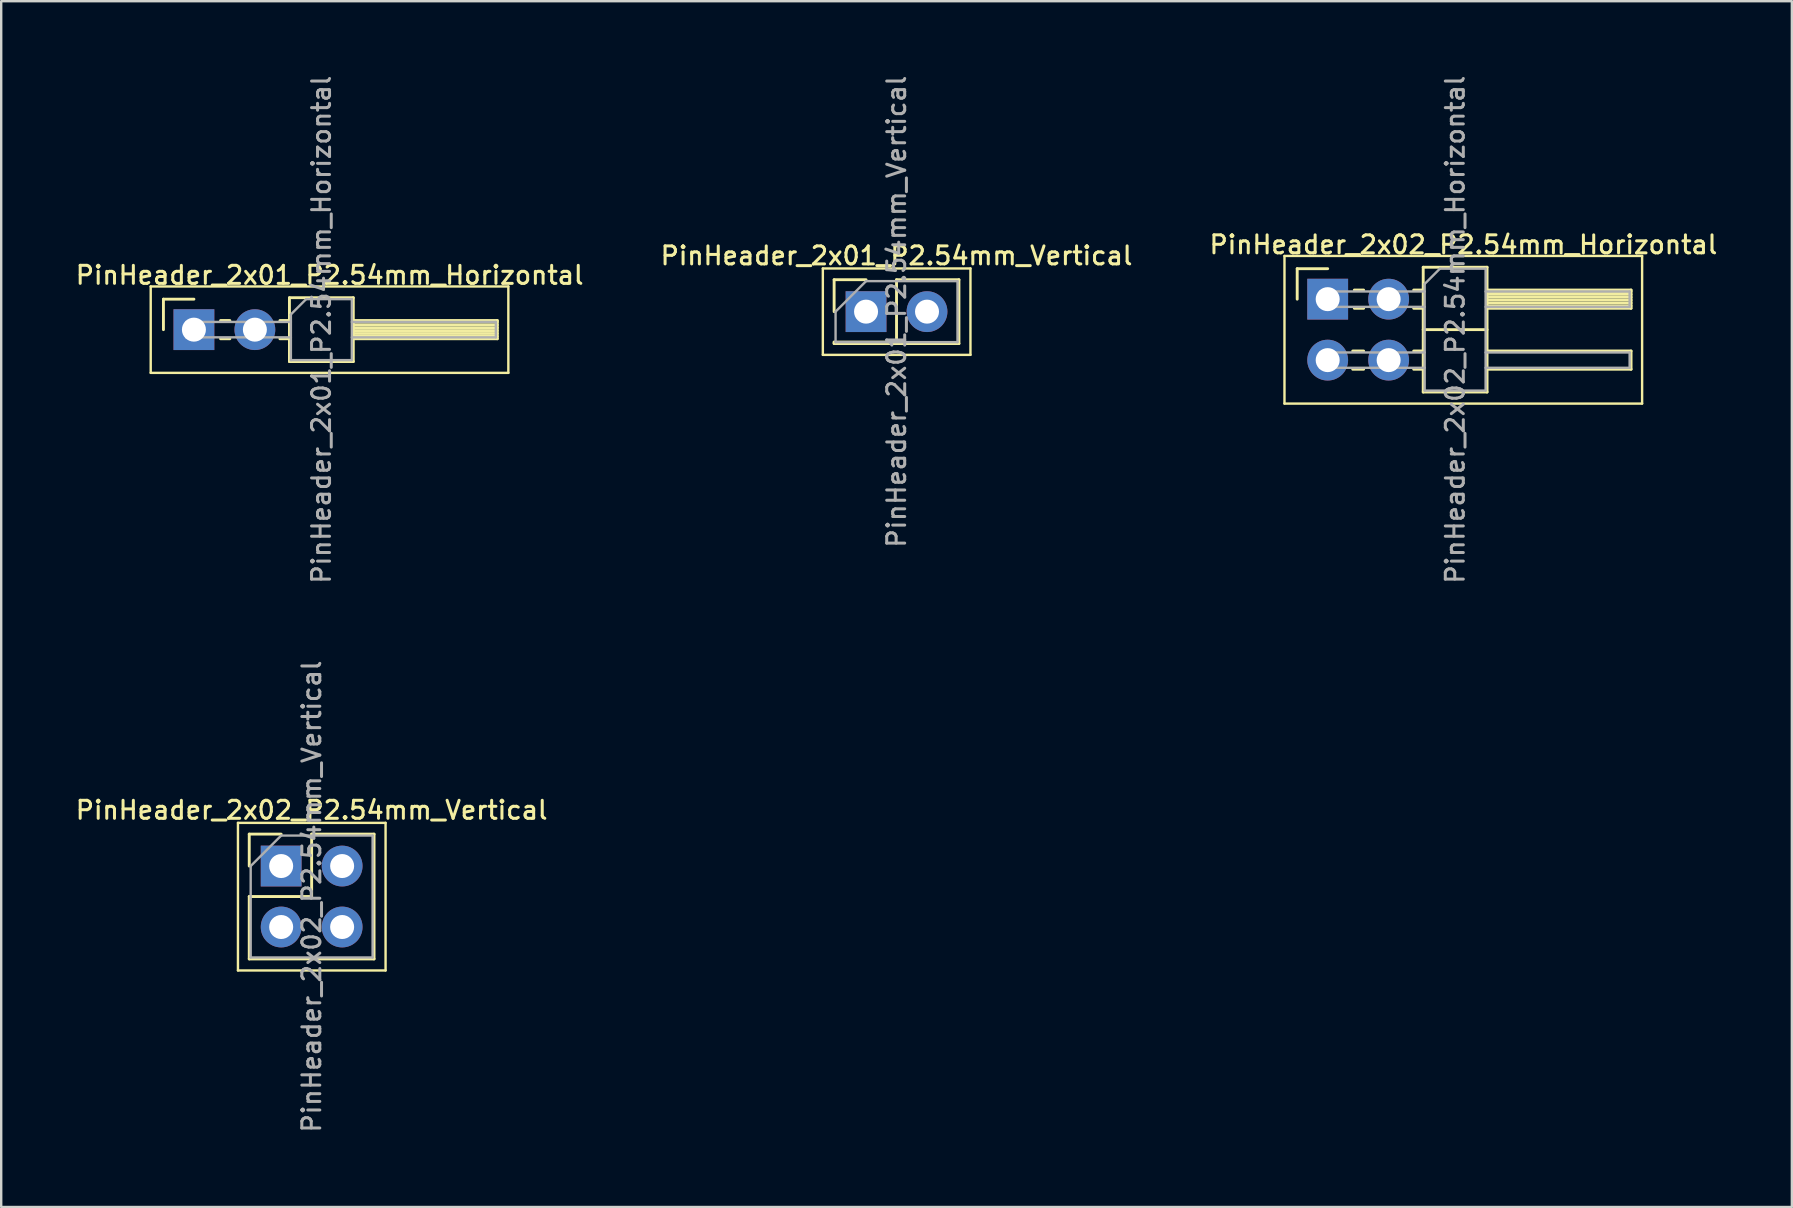
<source format=kicad_pcb>
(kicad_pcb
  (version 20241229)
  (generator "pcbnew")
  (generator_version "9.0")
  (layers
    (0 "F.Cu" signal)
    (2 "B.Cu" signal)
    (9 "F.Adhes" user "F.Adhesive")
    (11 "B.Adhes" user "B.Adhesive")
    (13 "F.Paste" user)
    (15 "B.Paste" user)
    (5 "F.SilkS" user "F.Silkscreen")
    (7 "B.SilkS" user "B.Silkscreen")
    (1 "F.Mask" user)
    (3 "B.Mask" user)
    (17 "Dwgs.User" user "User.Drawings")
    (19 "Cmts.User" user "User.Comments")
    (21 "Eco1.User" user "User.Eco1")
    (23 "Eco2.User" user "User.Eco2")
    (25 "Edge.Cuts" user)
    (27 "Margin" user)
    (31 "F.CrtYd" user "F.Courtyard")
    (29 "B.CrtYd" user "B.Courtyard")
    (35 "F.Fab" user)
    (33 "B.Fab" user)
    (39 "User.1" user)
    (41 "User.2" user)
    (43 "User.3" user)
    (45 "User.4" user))
  (footprint "PinHeader_2x02_P2.54mm_Horizontal"
    (layer "F.Cu")
    (at 52.265 9.414)
    (property "Reference" "PinHeader_2x02_P2.54mm_Horizontal" (at 5.655 -2.27 0) (layer "F.SilkS") (effects (font (size 0.75 0.75) (thickness 0.125))))
    (attr through_hole)
    (fp_line (start -1.8 -1.8) (end -1.8 4.35) (stroke (width 0.1) (type solid)) (layer "F.SilkS"))
    (fp_line (start -1.8 4.35) (end 13.1 4.35) (stroke (width 0.1) (type solid)) (layer "F.SilkS"))
    (fp_line (start -1.27 -1.27) (end 0 -1.27) (stroke (width 0.12) (type solid)) (layer "F.SilkS"))
    (fp_line (start -1.27 0) (end -1.27 -1.27) (stroke (width 0.12) (type solid)) (layer "F.SilkS"))
    (fp_line (start 1.043 2.16) (end 1.497 2.16) (stroke (width 0.12) (type solid)) (layer "F.SilkS"))
    (fp_line (start 1.043 2.92) (end 1.497 2.92) (stroke (width 0.12) (type solid)) (layer "F.SilkS"))
    (fp_line (start 1.11 -0.38) (end 1.497 -0.38) (stroke (width 0.12) (type solid)) (layer "F.SilkS"))
    (fp_line (start 1.11 0.38) (end 1.497 0.38) (stroke (width 0.12) (type solid)) (layer "F.SilkS"))
    (fp_line (start 3.583 -0.38) (end 3.98 -0.38) (stroke (width 0.12) (type solid)) (layer "F.SilkS"))
    (fp_line (start 3.583 0.38) (end 3.98 0.38) (stroke (width 0.12) (type solid)) (layer "F.SilkS"))
    (fp_line (start 3.583 2.16) (end 3.98 2.16) (stroke (width 0.12) (type solid)) (layer "F.SilkS"))
    (fp_line (start 3.583 2.92) (end 3.98 2.92) (stroke (width 0.12) (type solid)) (layer "F.SilkS"))
    (fp_line (start 3.98 -1.33) (end 3.98 3.87) (stroke (width 0.12) (type solid)) (layer "F.SilkS"))
    (fp_line (start 3.98 1.27) (end 6.64 1.27) (stroke (width 0.12) (type solid)) (layer "F.SilkS"))
    (fp_line (start 3.98 3.87) (end 6.64 3.87) (stroke (width 0.12) (type solid)) (layer "F.SilkS"))
    (fp_line (start 6.64 -1.33) (end 3.98 -1.33) (stroke (width 0.12) (type solid)) (layer "F.SilkS"))
    (fp_line (start 6.64 -0.38) (end 12.64 -0.38) (stroke (width 0.12) (type solid)) (layer "F.SilkS"))
    (fp_line (start 6.64 -0.32) (end 12.64 -0.32) (stroke (width 0.12) (type solid)) (layer "F.SilkS"))
    (fp_line (start 6.64 -0.2) (end 12.64 -0.2) (stroke (width 0.12) (type solid)) (layer "F.SilkS"))
    (fp_line (start 6.64 -0.08) (end 12.64 -0.08) (stroke (width 0.12) (type solid)) (layer "F.SilkS"))
    (fp_line (start 6.64 0.04) (end 12.64 0.04) (stroke (width 0.12) (type solid)) (layer "F.SilkS"))
    (fp_line (start 6.64 0.16) (end 12.64 0.16) (stroke (width 0.12) (type solid)) (layer "F.SilkS"))
    (fp_line (start 6.64 0.28) (end 12.64 0.28) (stroke (width 0.12) (type solid)) (layer "F.SilkS"))
    (fp_line (start 6.64 2.16) (end 12.64 2.16) (stroke (width 0.12) (type solid)) (layer "F.SilkS"))
    (fp_line (start 6.64 3.87) (end 6.64 -1.33) (stroke (width 0.12) (type solid)) (layer "F.SilkS"))
    (fp_line (start 12.64 -0.38) (end 12.64 0.38) (stroke (width 0.12) (type solid)) (layer "F.SilkS"))
    (fp_line (start 12.64 0.38) (end 6.64 0.38) (stroke (width 0.12) (type solid)) (layer "F.SilkS"))
    (fp_line (start 12.64 2.16) (end 12.64 2.92) (stroke (width 0.12) (type solid)) (layer "F.SilkS"))
    (fp_line (start 12.64 2.92) (end 6.64 2.92) (stroke (width 0.12) (type solid)) (layer "F.SilkS"))
    (fp_line (start 13.1 -1.8) (end -1.8 -1.8) (stroke (width 0.1) (type solid)) (layer "F.SilkS"))
    (fp_line (start 13.1 4.35) (end 13.1 -1.8) (stroke (width 0.1) (type solid)) (layer "F.SilkS"))
    (fp_line (start -0.32 -0.32) (end -0.32 0.32) (stroke (width 0.1) (type solid)) (layer "F.Fab"))
    (fp_line (start -0.32 -0.32) (end 4.04 -0.32) (stroke (width 0.1) (type solid)) (layer "F.Fab"))
    (fp_line (start -0.32 0.32) (end 4.04 0.32) (stroke (width 0.1) (type solid)) (layer "F.Fab"))
    (fp_line (start -0.32 2.22) (end -0.32 2.86) (stroke (width 0.1) (type solid)) (layer "F.Fab"))
    (fp_line (start -0.32 2.22) (end 4.04 2.22) (stroke (width 0.1) (type solid)) (layer "F.Fab"))
    (fp_line (start -0.32 2.86) (end 4.04 2.86) (stroke (width 0.1) (type solid)) (layer "F.Fab"))
    (fp_line (start 4.04 -0.635) (end 4.675 -1.27) (stroke (width 0.1) (type solid)) (layer "F.Fab"))
    (fp_line (start 4.04 3.81) (end 4.04 -0.635) (stroke (width 0.1) (type solid)) (layer "F.Fab"))
    (fp_line (start 4.675 -1.27) (end 6.58 -1.27) (stroke (width 0.1) (type solid)) (layer "F.Fab"))
    (fp_line (start 6.58 -1.27) (end 6.58 3.81) (stroke (width 0.1) (type solid)) (layer "F.Fab"))
    (fp_line (start 6.58 -0.32) (end 12.58 -0.32) (stroke (width 0.1) (type solid)) (layer "F.Fab"))
    (fp_line (start 6.58 0.32) (end 12.58 0.32) (stroke (width 0.1) (type solid)) (layer "F.Fab"))
    (fp_line (start 6.58 2.22) (end 12.58 2.22) (stroke (width 0.1) (type solid)) (layer "F.Fab"))
    (fp_line (start 6.58 2.86) (end 12.58 2.86) (stroke (width 0.1) (type solid)) (layer "F.Fab"))
    (fp_line (start 6.58 3.81) (end 4.04 3.81) (stroke (width 0.1) (type solid)) (layer "F.Fab"))
    (fp_line (start 12.58 -0.32) (end 12.58 0.32) (stroke (width 0.1) (type solid)) (layer "F.Fab"))
    (fp_line (start 12.58 2.22) (end 12.58 2.86) (stroke (width 0.1) (type solid)) (layer "F.Fab"))
    (fp_text user "${REFERENCE}" (at 5.31 1.27 90) (layer "F.Fab") (effects (font (size 0.75 0.75) (thickness 0.125))))
    (pad "1" thru_hole rect (at 0 0) (size 1.7 1.7) (drill 1) (layers "*.Cu" "*.Mask"))
    (pad "2" thru_hole oval (at 2.54 0) (size 1.7 1.7) (drill 1) (layers "*.Cu" "*.Mask"))
    (pad "3" thru_hole oval (at 0 2.54) (size 1.7 1.7) (drill 1) (layers "*.Cu" "*.Mask"))
    (pad "4" thru_hole oval (at 2.54 2.54) (size 1.7 1.7) (drill 1) (layers "*.Cu" "*.Mask")))
  (footprint "PinHeader_2x02_P2.54mm_Vertical"
    (layer "F.Cu")
    (at 8.664 33.032)
    (property "Reference" "PinHeader_2x02_P2.54mm_Vertical" (at 1.27 -2.33 0) (layer "F.SilkS") (effects (font (size 0.75 0.75) (thickness 0.125))))
    (attr through_hole)
    (fp_line (start -1.8 -1.8) (end -1.8 4.35) (stroke (width 0.1) (type solid)) (layer "F.SilkS"))
    (fp_line (start -1.8 4.35) (end 4.35 4.35) (stroke (width 0.1) (type solid)) (layer "F.SilkS"))
    (fp_line (start -1.33 -1.33) (end 0 -1.33) (stroke (width 0.12) (type solid)) (layer "F.SilkS"))
    (fp_line (start -1.33 0) (end -1.33 -1.33) (stroke (width 0.12) (type solid)) (layer "F.SilkS"))
    (fp_line (start -1.33 1.27) (end -1.33 3.87) (stroke (width 0.12) (type solid)) (layer "F.SilkS"))
    (fp_line (start -1.33 1.27) (end 1.27 1.27) (stroke (width 0.12) (type solid)) (layer "F.SilkS"))
    (fp_line (start -1.33 3.87) (end 3.87 3.87) (stroke (width 0.12) (type solid)) (layer "F.SilkS"))
    (fp_line (start 1.27 -1.33) (end 3.87 -1.33) (stroke (width 0.12) (type solid)) (layer "F.SilkS"))
    (fp_line (start 1.27 1.27) (end 1.27 -1.33) (stroke (width 0.12) (type solid)) (layer "F.SilkS"))
    (fp_line (start 3.87 -1.33) (end 3.87 3.87) (stroke (width 0.12) (type solid)) (layer "F.SilkS"))
    (fp_line (start 4.35 -1.8) (end -1.8 -1.8) (stroke (width 0.1) (type solid)) (layer "F.SilkS"))
    (fp_line (start 4.35 4.35) (end 4.35 -1.8) (stroke (width 0.1) (type solid)) (layer "F.SilkS"))
    (fp_line (start -1.27 0) (end 0 -1.27) (stroke (width 0.1) (type solid)) (layer "F.Fab"))
    (fp_line (start -1.27 3.81) (end -1.27 0) (stroke (width 0.1) (type solid)) (layer "F.Fab"))
    (fp_line (start 0 -1.27) (end 3.81 -1.27) (stroke (width 0.1) (type solid)) (layer "F.Fab"))
    (fp_line (start 3.81 -1.27) (end 3.81 3.81) (stroke (width 0.1) (type solid)) (layer "F.Fab"))
    (fp_line (start 3.81 3.81) (end -1.27 3.81) (stroke (width 0.1) (type solid)) (layer "F.Fab"))
    (fp_text user "${REFERENCE}" (at 1.27 1.27 90) (layer "F.Fab") (effects (font (size 0.75 0.75) (thickness 0.125))))
    (pad "1" thru_hole rect (at 0 0) (size 1.7 1.7) (drill 1) (layers "*.Cu" "*.Mask"))
    (pad "2" thru_hole oval (at 2.54 0) (size 1.7 1.7) (drill 1) (layers "*.Cu" "*.Mask"))
    (pad "3" thru_hole oval (at 0 2.54) (size 1.7 1.7) (drill 1) (layers "*.Cu" "*.Mask"))
    (pad "4" thru_hole oval (at 2.54 2.54) (size 1.7 1.7) (drill 1) (layers "*.Cu" "*.Mask")))
  (footprint "PinHeader_2x01_P2.54mm_Vertical"
    (layer "F.Cu")
    (at 33.032 9.934)
    (property "Reference" "PinHeader_2x01_P2.54mm_Vertical" (at 1.27 -2.33 0) (layer "F.SilkS") (effects (font (size 0.75 0.75) (thickness 0.125))))
    (attr through_hole)
    (fp_line (start -1.8 -1.8) (end -1.8 1.8) (stroke (width 0.1) (type solid)) (layer "F.SilkS"))
    (fp_line (start -1.8 1.8) (end 4.35 1.8) (stroke (width 0.1) (type solid)) (layer "F.SilkS"))
    (fp_line (start -1.33 -1.33) (end 0 -1.33) (stroke (width 0.12) (type solid)) (layer "F.SilkS"))
    (fp_line (start -1.33 0) (end -1.33 -1.33) (stroke (width 0.12) (type solid)) (layer "F.SilkS"))
    (fp_line (start -1.33 1.27) (end -1.33 1.33) (stroke (width 0.12) (type solid)) (layer "F.SilkS"))
    (fp_line (start -1.33 1.27) (end 1.27 1.27) (stroke (width 0.12) (type solid)) (layer "F.SilkS"))
    (fp_line (start -1.33 1.33) (end 3.87 1.33) (stroke (width 0.12) (type solid)) (layer "F.SilkS"))
    (fp_line (start 1.27 -1.33) (end 3.87 -1.33) (stroke (width 0.12) (type solid)) (layer "F.SilkS"))
    (fp_line (start 1.27 1.27) (end 1.27 -1.33) (stroke (width 0.12) (type solid)) (layer "F.SilkS"))
    (fp_line (start 3.87 -1.33) (end 3.87 1.33) (stroke (width 0.12) (type solid)) (layer "F.SilkS"))
    (fp_line (start 4.35 -1.8) (end -1.8 -1.8) (stroke (width 0.1) (type solid)) (layer "F.SilkS"))
    (fp_line (start 4.35 1.8) (end 4.35 -1.8) (stroke (width 0.1) (type solid)) (layer "F.SilkS"))
    (fp_line (start -1.27 0) (end 0 -1.27) (stroke (width 0.1) (type solid)) (layer "F.Fab"))
    (fp_line (start -1.27 1.27) (end -1.27 0) (stroke (width 0.1) (type solid)) (layer "F.Fab"))
    (fp_line (start 0 -1.27) (end 3.81 -1.27) (stroke (width 0.1) (type solid)) (layer "F.Fab"))
    (fp_line (start 3.81 -1.27) (end 3.81 1.27) (stroke (width 0.1) (type solid)) (layer "F.Fab"))
    (fp_line (start 3.81 1.27) (end -1.27 1.27) (stroke (width 0.1) (type solid)) (layer "F.Fab"))
    (fp_text user "${REFERENCE}" (at 1.27 0 90) (layer "F.Fab") (effects (font (size 0.75 0.75) (thickness 0.125))))
    (pad "1" thru_hole rect (at 0 0) (size 1.7 1.7) (drill 1) (layers "*.Cu" "*.Mask"))
    (pad "2" thru_hole oval (at 2.54 0) (size 1.7 1.7) (drill 1) (layers "*.Cu" "*.Mask")))
  (footprint "PinHeader_2x01_P2.54mm_Horizontal"
    (layer "F.Cu")
    (at 5.029 10.684)
    (property "Reference" "PinHeader_2x01_P2.54mm_Horizontal" (at 5.655 -2.27 0) (layer "F.SilkS") (effects (font (size 0.75 0.75) (thickness 0.125))))
    (attr through_hole)
    (fp_line (start -1.8 -1.8) (end -1.8 1.8) (stroke (width 0.1) (type solid)) (layer "F.SilkS"))
    (fp_line (start -1.8 1.8) (end 13.1 1.8) (stroke (width 0.1) (type solid)) (layer "F.SilkS"))
    (fp_line (start -1.27 -1.27) (end 0 -1.27) (stroke (width 0.12) (type solid)) (layer "F.SilkS"))
    (fp_line (start -1.27 0) (end -1.27 -1.27) (stroke (width 0.12) (type solid)) (layer "F.SilkS"))
    (fp_line (start 1.11 -0.38) (end 1.497 -0.38) (stroke (width 0.12) (type solid)) (layer "F.SilkS"))
    (fp_line (start 1.11 0.38) (end 1.497 0.38) (stroke (width 0.12) (type solid)) (layer "F.SilkS"))
    (fp_line (start 3.583 -0.38) (end 3.98 -0.38) (stroke (width 0.12) (type solid)) (layer "F.SilkS"))
    (fp_line (start 3.583 0.38) (end 3.98 0.38) (stroke (width 0.12) (type solid)) (layer "F.SilkS"))
    (fp_line (start 3.98 -1.33) (end 3.98 1.33) (stroke (width 0.12) (type solid)) (layer "F.SilkS"))
    (fp_line (start 3.98 1.33) (end 6.64 1.33) (stroke (width 0.12) (type solid)) (layer "F.SilkS"))
    (fp_line (start 6.64 -1.33) (end 3.98 -1.33) (stroke (width 0.12) (type solid)) (layer "F.SilkS"))
    (fp_line (start 6.64 -0.38) (end 12.64 -0.38) (stroke (width 0.12) (type solid)) (layer "F.SilkS"))
    (fp_line (start 6.64 -0.32) (end 12.64 -0.32) (stroke (width 0.12) (type solid)) (layer "F.SilkS"))
    (fp_line (start 6.64 -0.2) (end 12.64 -0.2) (stroke (width 0.12) (type solid)) (layer "F.SilkS"))
    (fp_line (start 6.64 -0.08) (end 12.64 -0.08) (stroke (width 0.12) (type solid)) (layer "F.SilkS"))
    (fp_line (start 6.64 0.04) (end 12.64 0.04) (stroke (width 0.12) (type solid)) (layer "F.SilkS"))
    (fp_line (start 6.64 0.16) (end 12.64 0.16) (stroke (width 0.12) (type solid)) (layer "F.SilkS"))
    (fp_line (start 6.64 0.28) (end 12.64 0.28) (stroke (width 0.12) (type solid)) (layer "F.SilkS"))
    (fp_line (start 6.64 1.33) (end 6.64 -1.33) (stroke (width 0.12) (type solid)) (layer "F.SilkS"))
    (fp_line (start 12.64 -0.38) (end 12.64 0.38) (stroke (width 0.12) (type solid)) (layer "F.SilkS"))
    (fp_line (start 12.64 0.38) (end 6.64 0.38) (stroke (width 0.12) (type solid)) (layer "F.SilkS"))
    (fp_line (start 13.1 -1.8) (end -1.8 -1.8) (stroke (width 0.1) (type solid)) (layer "F.SilkS"))
    (fp_line (start 13.1 1.8) (end 13.1 -1.8) (stroke (width 0.1) (type solid)) (layer "F.SilkS"))
    (fp_line (start -0.32 -0.32) (end -0.32 0.32) (stroke (width 0.1) (type solid)) (layer "F.Fab"))
    (fp_line (start -0.32 -0.32) (end 4.04 -0.32) (stroke (width 0.1) (type solid)) (layer "F.Fab"))
    (fp_line (start -0.32 0.32) (end 4.04 0.32) (stroke (width 0.1) (type solid)) (layer "F.Fab"))
    (fp_line (start 4.04 -0.635) (end 4.675 -1.27) (stroke (width 0.1) (type solid)) (layer "F.Fab"))
    (fp_line (start 4.04 1.27) (end 4.04 -0.635) (stroke (width 0.1) (type solid)) (layer "F.Fab"))
    (fp_line (start 4.675 -1.27) (end 6.58 -1.27) (stroke (width 0.1) (type solid)) (layer "F.Fab"))
    (fp_line (start 6.58 -1.27) (end 6.58 1.27) (stroke (width 0.1) (type solid)) (layer "F.Fab"))
    (fp_line (start 6.58 -0.32) (end 12.58 -0.32) (stroke (width 0.1) (type solid)) (layer "F.Fab"))
    (fp_line (start 6.58 0.32) (end 12.58 0.32) (stroke (width 0.1) (type solid)) (layer "F.Fab"))
    (fp_line (start 6.58 1.27) (end 4.04 1.27) (stroke (width 0.1) (type solid)) (layer "F.Fab"))
    (fp_line (start 12.58 -0.32) (end 12.58 0.32) (stroke (width 0.1) (type solid)) (layer "F.Fab"))
    (fp_text user "${REFERENCE}" (at 5.31 0 90) (layer "F.Fab") (effects (font (size 0.75 0.75) (thickness 0.125))))
    (pad "1" thru_hole rect (at 0 0) (size 1.7 1.7) (drill 1) (layers "*.Cu" "*.Mask"))
    (pad "2" thru_hole oval (at 2.54 0) (size 1.7 1.7) (drill 1) (layers "*.Cu" "*.Mask")))
  (gr_rect
    (start -3 -3)
    (end 71.604 47.236)
    (stroke (width 0.1) (type default))
    (fill no)
    (layer "Edge.Cuts")))
</source>
